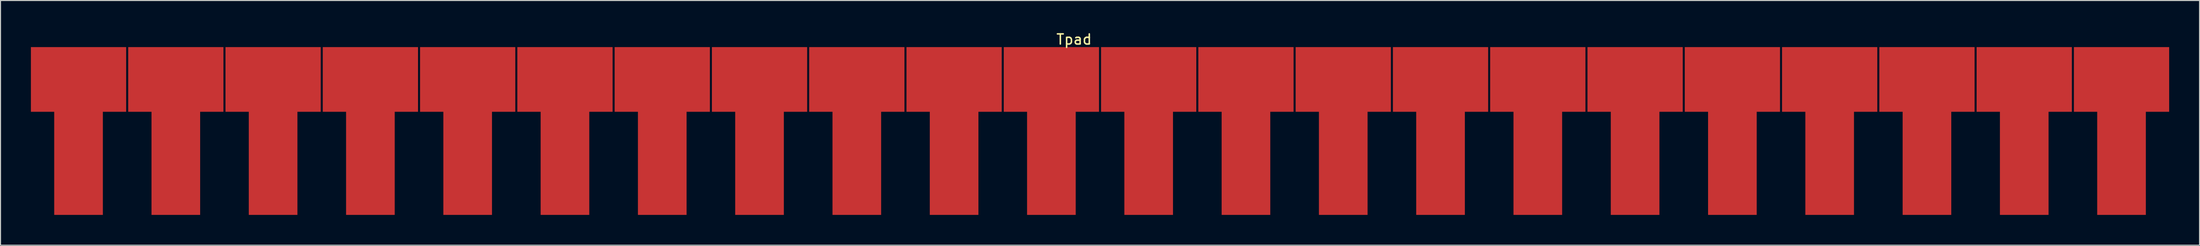
<source format=kicad_pcb>
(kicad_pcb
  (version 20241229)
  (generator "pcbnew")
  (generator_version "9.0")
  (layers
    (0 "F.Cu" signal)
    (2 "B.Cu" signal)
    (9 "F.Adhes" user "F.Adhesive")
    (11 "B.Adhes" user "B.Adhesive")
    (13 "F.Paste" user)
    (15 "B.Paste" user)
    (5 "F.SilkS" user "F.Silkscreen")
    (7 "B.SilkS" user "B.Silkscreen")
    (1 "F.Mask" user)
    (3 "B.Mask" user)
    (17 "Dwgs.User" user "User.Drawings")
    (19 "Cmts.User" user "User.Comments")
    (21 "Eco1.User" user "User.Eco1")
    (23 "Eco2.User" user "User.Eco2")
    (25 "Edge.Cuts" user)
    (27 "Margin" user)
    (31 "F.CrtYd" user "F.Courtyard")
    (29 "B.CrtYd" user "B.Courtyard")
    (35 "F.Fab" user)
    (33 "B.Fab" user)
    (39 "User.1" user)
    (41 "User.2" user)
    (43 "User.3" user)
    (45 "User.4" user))
  (footprint "Tpad"
    (layer "F.Cu")
    (at 102.4 7.388)
    (property "Reference" "Tpad" (at 0.54 -6.54 0) (layer "F.SilkS") (effects (font (size 1 1) (thickness 0.15))))
    (attr through_hole)
    (pad "1" smd rect (at -97.7 -2.58) (size 9.4 6.4) (layers "F.Cu"))
    (pad "1" smd rect (at -97.7 4.32) (size 4.8 13) (layers "F.Cu"))
    (pad "2" smd rect (at -88.1 -2.58) (size 9.4 6.4) (layers "F.Cu"))
    (pad "2" smd rect (at -88.1 4.32) (size 4.8 13) (layers "F.Cu"))
    (pad "3" smd rect (at -78.5 -2.58) (size 9.4 6.4) (layers "F.Cu"))
    (pad "3" smd rect (at -78.5 4.32) (size 4.8 13) (layers "F.Cu"))
    (pad "4" smd rect (at -68.9 -2.58) (size 9.4 6.4) (layers "F.Cu"))
    (pad "4" smd rect (at -68.9 4.32) (size 4.8 13) (layers "F.Cu"))
    (pad "5" smd rect (at -59.3 -2.58) (size 9.4 6.4) (layers "F.Cu"))
    (pad "5" smd rect (at -59.3 4.32) (size 4.8 13) (layers "F.Cu"))
    (pad "6" smd rect (at -49.7 -2.58) (size 9.4 6.4) (layers "F.Cu"))
    (pad "6" smd rect (at -49.7 4.32) (size 4.8 13) (layers "F.Cu"))
    (pad "7" smd rect (at -40.1 -2.58) (size 9.4 6.4) (layers "F.Cu"))
    (pad "7" smd rect (at -40.1 4.32) (size 4.8 13) (layers "F.Cu"))
    (pad "8" smd rect (at -30.5 -2.58) (size 9.4 6.4) (layers "F.Cu"))
    (pad "8" smd rect (at -30.5 4.32) (size 4.8 13) (layers "F.Cu"))
    (pad "9" smd rect (at -20.9 -2.58) (size 9.4 6.4) (layers "F.Cu"))
    (pad "9" smd rect (at -20.9 4.32) (size 4.8 13) (layers "F.Cu"))
    (pad "10" smd rect (at -11.3 -2.58) (size 9.4 6.4) (layers "F.Cu"))
    (pad "10" smd rect (at -11.3 4.32) (size 4.8 13) (layers "F.Cu"))
    (pad "11" smd rect (at -1.7 -2.58) (size 9.4 6.4) (layers "F.Cu"))
    (pad "11" smd rect (at -1.7 4.32) (size 4.8 13) (layers "F.Cu"))
    (pad "12" smd rect (at 7.9 -2.58) (size 9.4 6.4) (layers "F.Cu"))
    (pad "12" smd rect (at 7.9 4.32) (size 4.8 13) (layers "F.Cu"))
    (pad "13" smd rect (at 17.5 -2.58) (size 9.4 6.4) (layers "F.Cu"))
    (pad "13" smd rect (at 17.5 4.32) (size 4.8 13) (layers "F.Cu"))
    (pad "14" smd rect (at 27.1 -2.58) (size 9.4 6.4) (layers "F.Cu"))
    (pad "14" smd rect (at 27.1 4.32) (size 4.8 13) (layers "F.Cu"))
    (pad "15" smd rect (at 36.7 -2.58) (size 9.4 6.4) (layers "F.Cu"))
    (pad "15" smd rect (at 36.7 4.32) (size 4.8 13) (layers "F.Cu"))
    (pad "16" smd rect (at 46.3 -2.58) (size 9.4 6.4) (layers "F.Cu"))
    (pad "16" smd rect (at 46.3 4.32) (size 4.8 13) (layers "F.Cu"))
    (pad "17" smd rect (at 55.9 -2.58) (size 9.4 6.4) (layers "F.Cu"))
    (pad "17" smd rect (at 55.9 4.32) (size 4.8 13) (layers "F.Cu"))
    (pad "18" smd rect (at 65.5 -2.58) (size 9.4 6.4) (layers "F.Cu"))
    (pad "18" smd rect (at 65.5 4.32) (size 4.8 13) (layers "F.Cu"))
    (pad "19" smd rect (at 75.1 -2.58) (size 9.4 6.4) (layers "F.Cu"))
    (pad "19" smd rect (at 75.1 4.32) (size 4.8 13) (layers "F.Cu"))
    (pad "20" smd rect (at 84.7 -2.58) (size 9.4 6.4) (layers "F.Cu"))
    (pad "20" smd rect (at 84.7 4.32) (size 4.8 13) (layers "F.Cu"))
    (pad "21" smd rect (at 94.3 -2.58) (size 9.4 6.4) (layers "F.Cu"))
    (pad "21" smd rect (at 94.3 4.32) (size 4.8 13) (layers "F.Cu"))
    (pad "22" smd rect (at 103.9 -2.58) (size 9.4 6.4) (layers "F.Cu"))
    (pad "22" smd rect (at 103.9 4.32) (size 4.8 13) (layers "F.Cu")))
  (gr_rect
    (start -3 -3)
    (end 214 21.208)
    (stroke (width 0.1) (type default))
    (fill no)
    (layer "Edge.Cuts")))
</source>
